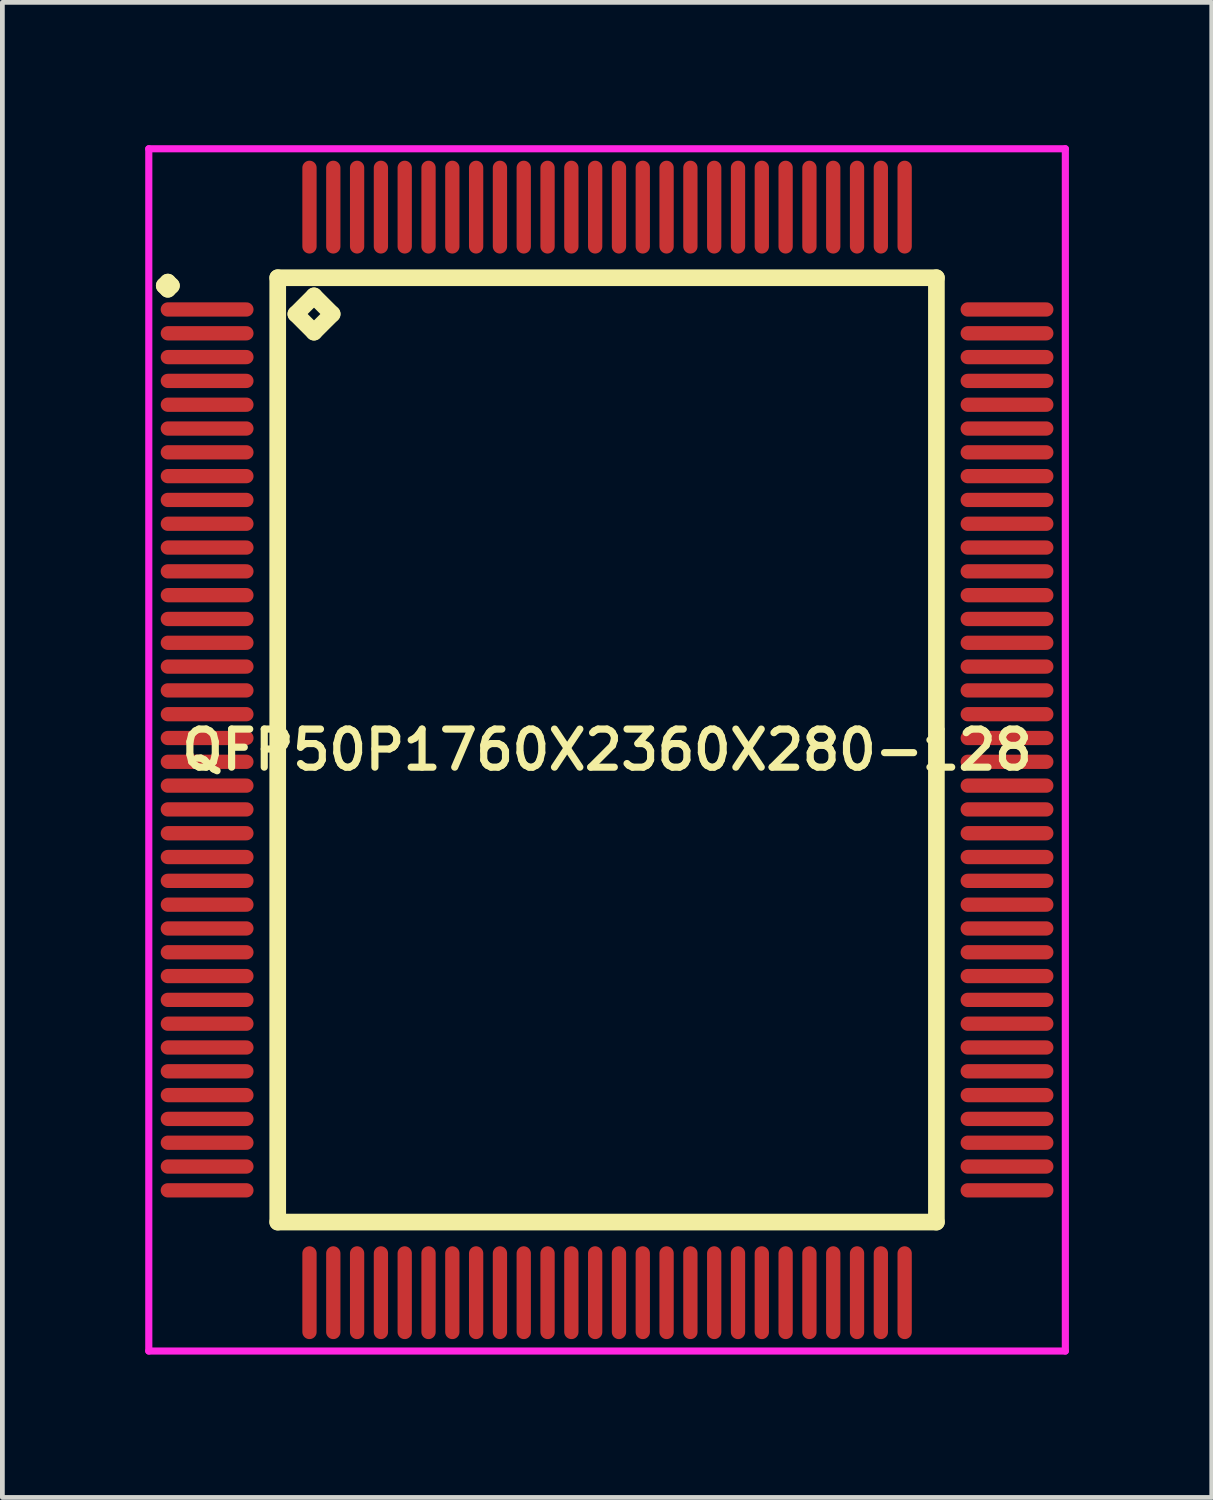
<source format=kicad_pcb>
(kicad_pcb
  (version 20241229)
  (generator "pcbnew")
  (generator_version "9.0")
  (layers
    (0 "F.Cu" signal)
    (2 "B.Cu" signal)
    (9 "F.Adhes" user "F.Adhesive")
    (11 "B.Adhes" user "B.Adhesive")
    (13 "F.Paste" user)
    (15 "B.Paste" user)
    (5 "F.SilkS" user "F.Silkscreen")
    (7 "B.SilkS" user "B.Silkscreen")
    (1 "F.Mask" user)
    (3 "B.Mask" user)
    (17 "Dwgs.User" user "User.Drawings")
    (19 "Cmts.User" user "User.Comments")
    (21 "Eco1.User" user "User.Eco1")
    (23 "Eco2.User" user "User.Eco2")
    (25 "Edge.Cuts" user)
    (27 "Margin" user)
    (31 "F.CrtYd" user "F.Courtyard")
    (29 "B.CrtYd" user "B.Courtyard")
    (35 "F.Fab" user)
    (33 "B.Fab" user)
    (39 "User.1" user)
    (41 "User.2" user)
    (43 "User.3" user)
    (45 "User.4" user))
  (footprint "QFP50P1760X2360X280-128"
    (layer "F.Cu")
    (at 9.7 12.7)
    (property "Reference" "QFP50P1760X2360X280-128" (at 0 0 0) (layer "F.SilkS") (effects (font (size 0.8 0.8) (thickness 0.15))))
    (attr smd)
    (fp_line (start -9.3 -9.75) (end -9.225 -9.825) (stroke (width 0.35) (type solid)) (layer "F.SilkS"))
    (fp_line (start -9.225 -9.825) (end -9.15 -9.75) (stroke (width 0.35) (type solid)) (layer "F.SilkS"))
    (fp_line (start -9.225 -9.675) (end -9.3 -9.75) (stroke (width 0.35) (type solid)) (layer "F.SilkS"))
    (fp_line (start -9.15 -9.75) (end -9.225 -9.675) (stroke (width 0.35) (type solid)) (layer "F.SilkS"))
    (fp_line (start -6.917 -9.917) (end -6.917 9.917) (stroke (width 0.35) (type solid)) (layer "F.SilkS"))
    (fp_line (start -6.917 9.917) (end 6.917 9.917) (stroke (width 0.35) (type solid)) (layer "F.SilkS"))
    (fp_line (start -6.536 -9.155) (end -6.155 -9.536) (stroke (width 0.35) (type solid)) (layer "F.SilkS"))
    (fp_line (start -6.155 -9.536) (end -5.774 -9.155) (stroke (width 0.35) (type solid)) (layer "F.SilkS"))
    (fp_line (start -6.155 -8.774) (end -6.536 -9.155) (stroke (width 0.35) (type solid)) (layer "F.SilkS"))
    (fp_line (start -5.774 -9.155) (end -6.155 -8.774) (stroke (width 0.35) (type solid)) (layer "F.SilkS"))
    (fp_line (start 6.917 -9.917) (end -6.917 -9.917) (stroke (width 0.35) (type solid)) (layer "F.SilkS"))
    (fp_line (start 6.917 9.917) (end 6.917 -9.917) (stroke (width 0.35) (type solid)) (layer "F.SilkS"))
    (fp_line (start -9.625 -12.625) (end 9.625 -12.625) (stroke (width 0.15) (type solid)) (layer "F.CrtYd"))
    (fp_line (start -9.625 12.625) (end -9.625 -12.625) (stroke (width 0.15) (type solid)) (layer "F.CrtYd"))
    (fp_line (start 9.625 -12.625) (end 9.625 12.625) (stroke (width 0.15) (type solid)) (layer "F.CrtYd"))
    (fp_line (start 9.625 12.625) (end -9.625 12.625) (stroke (width 0.15) (type solid)) (layer "F.CrtYd"))
    (pad "1" smd oval (at -8.4 -9.25) (size 1.95 0.3) (layers "F.Cu" "F.Mask" "F.Paste"))
    (pad "2" smd oval (at -8.4 -8.75) (size 1.95 0.3) (layers "F.Cu" "F.Mask" "F.Paste"))
    (pad "3" smd oval (at -8.4 -8.25) (size 1.95 0.3) (layers "F.Cu" "F.Mask" "F.Paste"))
    (pad "4" smd oval (at -8.4 -7.75) (size 1.95 0.3) (layers "F.Cu" "F.Mask" "F.Paste"))
    (pad "5" smd oval (at -8.4 -7.25) (size 1.95 0.3) (layers "F.Cu" "F.Mask" "F.Paste"))
    (pad "6" smd oval (at -8.4 -6.75) (size 1.95 0.3) (layers "F.Cu" "F.Mask" "F.Paste"))
    (pad "7" smd oval (at -8.4 -6.25) (size 1.95 0.3) (layers "F.Cu" "F.Mask" "F.Paste"))
    (pad "8" smd oval (at -8.4 -5.75) (size 1.95 0.3) (layers "F.Cu" "F.Mask" "F.Paste"))
    (pad "9" smd oval (at -8.4 -5.25) (size 1.95 0.3) (layers "F.Cu" "F.Mask" "F.Paste"))
    (pad "10" smd oval (at -8.4 -4.75) (size 1.95 0.3) (layers "F.Cu" "F.Mask" "F.Paste"))
    (pad "11" smd oval (at -8.4 -4.25) (size 1.95 0.3) (layers "F.Cu" "F.Mask" "F.Paste"))
    (pad "12" smd oval (at -8.4 -3.75) (size 1.95 0.3) (layers "F.Cu" "F.Mask" "F.Paste"))
    (pad "13" smd oval (at -8.4 -3.25) (size 1.95 0.3) (layers "F.Cu" "F.Mask" "F.Paste"))
    (pad "14" smd oval (at -8.4 -2.75) (size 1.95 0.3) (layers "F.Cu" "F.Mask" "F.Paste"))
    (pad "15" smd oval (at -8.4 -2.25) (size 1.95 0.3) (layers "F.Cu" "F.Mask" "F.Paste"))
    (pad "16" smd oval (at -8.4 -1.75) (size 1.95 0.3) (layers "F.Cu" "F.Mask" "F.Paste"))
    (pad "17" smd oval (at -8.4 -1.25) (size 1.95 0.3) (layers "F.Cu" "F.Mask" "F.Paste"))
    (pad "18" smd oval (at -8.4 -0.75) (size 1.95 0.3) (layers "F.Cu" "F.Mask" "F.Paste"))
    (pad "19" smd oval (at -8.4 -0.25) (size 1.95 0.3) (layers "F.Cu" "F.Mask" "F.Paste"))
    (pad "20" smd oval (at -8.4 0.25) (size 1.95 0.3) (layers "F.Cu" "F.Mask" "F.Paste"))
    (pad "21" smd oval (at -8.4 0.75) (size 1.95 0.3) (layers "F.Cu" "F.Mask" "F.Paste"))
    (pad "22" smd oval (at -8.4 1.25) (size 1.95 0.3) (layers "F.Cu" "F.Mask" "F.Paste"))
    (pad "23" smd oval (at -8.4 1.75) (size 1.95 0.3) (layers "F.Cu" "F.Mask" "F.Paste"))
    (pad "24" smd oval (at -8.4 2.25) (size 1.95 0.3) (layers "F.Cu" "F.Mask" "F.Paste"))
    (pad "25" smd oval (at -8.4 2.75) (size 1.95 0.3) (layers "F.Cu" "F.Mask" "F.Paste"))
    (pad "26" smd oval (at -8.4 3.25) (size 1.95 0.3) (layers "F.Cu" "F.Mask" "F.Paste"))
    (pad "27" smd oval (at -8.4 3.75) (size 1.95 0.3) (layers "F.Cu" "F.Mask" "F.Paste"))
    (pad "28" smd oval (at -8.4 4.25) (size 1.95 0.3) (layers "F.Cu" "F.Mask" "F.Paste"))
    (pad "29" smd oval (at -8.4 4.75) (size 1.95 0.3) (layers "F.Cu" "F.Mask" "F.Paste"))
    (pad "30" smd oval (at -8.4 5.25) (size 1.95 0.3) (layers "F.Cu" "F.Mask" "F.Paste"))
    (pad "31" smd oval (at -8.4 5.75) (size 1.95 0.3) (layers "F.Cu" "F.Mask" "F.Paste"))
    (pad "32" smd oval (at -8.4 6.25) (size 1.95 0.3) (layers "F.Cu" "F.Mask" "F.Paste"))
    (pad "33" smd oval (at -8.4 6.75) (size 1.95 0.3) (layers "F.Cu" "F.Mask" "F.Paste"))
    (pad "34" smd oval (at -8.4 7.25) (size 1.95 0.3) (layers "F.Cu" "F.Mask" "F.Paste"))
    (pad "35" smd oval (at -8.4 7.75) (size 1.95 0.3) (layers "F.Cu" "F.Mask" "F.Paste"))
    (pad "36" smd oval (at -8.4 8.25) (size 1.95 0.3) (layers "F.Cu" "F.Mask" "F.Paste"))
    (pad "37" smd oval (at -8.4 8.75) (size 1.95 0.3) (layers "F.Cu" "F.Mask" "F.Paste"))
    (pad "38" smd oval (at -8.4 9.25) (size 1.95 0.3) (layers "F.Cu" "F.Mask" "F.Paste"))
    (pad "39" smd oval (at -6.25 11.4) (size 0.3 1.95) (layers "F.Cu" "F.Mask" "F.Paste"))
    (pad "40" smd oval (at -5.75 11.4) (size 0.3 1.95) (layers "F.Cu" "F.Mask" "F.Paste"))
    (pad "41" smd oval (at -5.25 11.4) (size 0.3 1.95) (layers "F.Cu" "F.Mask" "F.Paste"))
    (pad "42" smd oval (at -4.75 11.4) (size 0.3 1.95) (layers "F.Cu" "F.Mask" "F.Paste"))
    (pad "43" smd oval (at -4.25 11.4) (size 0.3 1.95) (layers "F.Cu" "F.Mask" "F.Paste"))
    (pad "44" smd oval (at -3.75 11.4) (size 0.3 1.95) (layers "F.Cu" "F.Mask" "F.Paste"))
    (pad "45" smd oval (at -3.25 11.4) (size 0.3 1.95) (layers "F.Cu" "F.Mask" "F.Paste"))
    (pad "46" smd oval (at -2.75 11.4) (size 0.3 1.95) (layers "F.Cu" "F.Mask" "F.Paste"))
    (pad "47" smd oval (at -2.25 11.4) (size 0.3 1.95) (layers "F.Cu" "F.Mask" "F.Paste"))
    (pad "48" smd oval (at -1.75 11.4) (size 0.3 1.95) (layers "F.Cu" "F.Mask" "F.Paste"))
    (pad "49" smd oval (at -1.25 11.4) (size 0.3 1.95) (layers "F.Cu" "F.Mask" "F.Paste"))
    (pad "50" smd oval (at -0.75 11.4) (size 0.3 1.95) (layers "F.Cu" "F.Mask" "F.Paste"))
    (pad "51" smd oval (at -0.25 11.4) (size 0.3 1.95) (layers "F.Cu" "F.Mask" "F.Paste"))
    (pad "52" smd oval (at 0.25 11.4) (size 0.3 1.95) (layers "F.Cu" "F.Mask" "F.Paste"))
    (pad "53" smd oval (at 0.75 11.4) (size 0.3 1.95) (layers "F.Cu" "F.Mask" "F.Paste"))
    (pad "54" smd oval (at 1.25 11.4) (size 0.3 1.95) (layers "F.Cu" "F.Mask" "F.Paste"))
    (pad "55" smd oval (at 1.75 11.4) (size 0.3 1.95) (layers "F.Cu" "F.Mask" "F.Paste"))
    (pad "56" smd oval (at 2.25 11.4) (size 0.3 1.95) (layers "F.Cu" "F.Mask" "F.Paste"))
    (pad "57" smd oval (at 2.75 11.4) (size 0.3 1.95) (layers "F.Cu" "F.Mask" "F.Paste"))
    (pad "58" smd oval (at 3.25 11.4) (size 0.3 1.95) (layers "F.Cu" "F.Mask" "F.Paste"))
    (pad "59" smd oval (at 3.75 11.4) (size 0.3 1.95) (layers "F.Cu" "F.Mask" "F.Paste"))
    (pad "60" smd oval (at 4.25 11.4) (size 0.3 1.95) (layers "F.Cu" "F.Mask" "F.Paste"))
    (pad "61" smd oval (at 4.75 11.4) (size 0.3 1.95) (layers "F.Cu" "F.Mask" "F.Paste"))
    (pad "62" smd oval (at 5.25 11.4) (size 0.3 1.95) (layers "F.Cu" "F.Mask" "F.Paste"))
    (pad "63" smd oval (at 5.75 11.4) (size 0.3 1.95) (layers "F.Cu" "F.Mask" "F.Paste"))
    (pad "64" smd oval (at 6.25 11.4) (size 0.3 1.95) (layers "F.Cu" "F.Mask" "F.Paste"))
    (pad "65" smd oval (at 8.4 9.25) (size 1.95 0.3) (layers "F.Cu" "F.Mask" "F.Paste"))
    (pad "66" smd oval (at 8.4 8.75) (size 1.95 0.3) (layers "F.Cu" "F.Mask" "F.Paste"))
    (pad "67" smd oval (at 8.4 8.25) (size 1.95 0.3) (layers "F.Cu" "F.Mask" "F.Paste"))
    (pad "68" smd oval (at 8.4 7.75) (size 1.95 0.3) (layers "F.Cu" "F.Mask" "F.Paste"))
    (pad "69" smd oval (at 8.4 7.25) (size 1.95 0.3) (layers "F.Cu" "F.Mask" "F.Paste"))
    (pad "70" smd oval (at 8.4 6.75) (size 1.95 0.3) (layers "F.Cu" "F.Mask" "F.Paste"))
    (pad "71" smd oval (at 8.4 6.25) (size 1.95 0.3) (layers "F.Cu" "F.Mask" "F.Paste"))
    (pad "72" smd oval (at 8.4 5.75) (size 1.95 0.3) (layers "F.Cu" "F.Mask" "F.Paste"))
    (pad "73" smd oval (at 8.4 5.25) (size 1.95 0.3) (layers "F.Cu" "F.Mask" "F.Paste"))
    (pad "74" smd oval (at 8.4 4.75) (size 1.95 0.3) (layers "F.Cu" "F.Mask" "F.Paste"))
    (pad "75" smd oval (at 8.4 4.25) (size 1.95 0.3) (layers "F.Cu" "F.Mask" "F.Paste"))
    (pad "76" smd oval (at 8.4 3.75) (size 1.95 0.3) (layers "F.Cu" "F.Mask" "F.Paste"))
    (pad "77" smd oval (at 8.4 3.25) (size 1.95 0.3) (layers "F.Cu" "F.Mask" "F.Paste"))
    (pad "78" smd oval (at 8.4 2.75) (size 1.95 0.3) (layers "F.Cu" "F.Mask" "F.Paste"))
    (pad "79" smd oval (at 8.4 2.25) (size 1.95 0.3) (layers "F.Cu" "F.Mask" "F.Paste"))
    (pad "80" smd oval (at 8.4 1.75) (size 1.95 0.3) (layers "F.Cu" "F.Mask" "F.Paste"))
    (pad "81" smd oval (at 8.4 1.25) (size 1.95 0.3) (layers "F.Cu" "F.Mask" "F.Paste"))
    (pad "82" smd oval (at 8.4 0.75) (size 1.95 0.3) (layers "F.Cu" "F.Mask" "F.Paste"))
    (pad "83" smd oval (at 8.4 0.25) (size 1.95 0.3) (layers "F.Cu" "F.Mask" "F.Paste"))
    (pad "84" smd oval (at 8.4 -0.25) (size 1.95 0.3) (layers "F.Cu" "F.Mask" "F.Paste"))
    (pad "85" smd oval (at 8.4 -0.75) (size 1.95 0.3) (layers "F.Cu" "F.Mask" "F.Paste"))
    (pad "86" smd oval (at 8.4 -1.25) (size 1.95 0.3) (layers "F.Cu" "F.Mask" "F.Paste"))
    (pad "87" smd oval (at 8.4 -1.75) (size 1.95 0.3) (layers "F.Cu" "F.Mask" "F.Paste"))
    (pad "88" smd oval (at 8.4 -2.25) (size 1.95 0.3) (layers "F.Cu" "F.Mask" "F.Paste"))
    (pad "89" smd oval (at 8.4 -2.75) (size 1.95 0.3) (layers "F.Cu" "F.Mask" "F.Paste"))
    (pad "90" smd oval (at 8.4 -3.25) (size 1.95 0.3) (layers "F.Cu" "F.Mask" "F.Paste"))
    (pad "91" smd oval (at 8.4 -3.75) (size 1.95 0.3) (layers "F.Cu" "F.Mask" "F.Paste"))
    (pad "92" smd oval (at 8.4 -4.25) (size 1.95 0.3) (layers "F.Cu" "F.Mask" "F.Paste"))
    (pad "93" smd oval (at 8.4 -4.75) (size 1.95 0.3) (layers "F.Cu" "F.Mask" "F.Paste"))
    (pad "94" smd oval (at 8.4 -5.25) (size 1.95 0.3) (layers "F.Cu" "F.Mask" "F.Paste"))
    (pad "95" smd oval (at 8.4 -5.75) (size 1.95 0.3) (layers "F.Cu" "F.Mask" "F.Paste"))
    (pad "96" smd oval (at 8.4 -6.25) (size 1.95 0.3) (layers "F.Cu" "F.Mask" "F.Paste"))
    (pad "97" smd oval (at 8.4 -6.75) (size 1.95 0.3) (layers "F.Cu" "F.Mask" "F.Paste"))
    (pad "98" smd oval (at 8.4 -7.25) (size 1.95 0.3) (layers "F.Cu" "F.Mask" "F.Paste"))
    (pad "99" smd oval (at 8.4 -7.75) (size 1.95 0.3) (layers "F.Cu" "F.Mask" "F.Paste"))
    (pad "100" smd oval (at 8.4 -8.25) (size 1.95 0.3) (layers "F.Cu" "F.Mask" "F.Paste"))
    (pad "101" smd oval (at 8.4 -8.75) (size 1.95 0.3) (layers "F.Cu" "F.Mask" "F.Paste"))
    (pad "102" smd oval (at 8.4 -9.25) (size 1.95 0.3) (layers "F.Cu" "F.Mask" "F.Paste"))
    (pad "103" smd oval (at 6.25 -11.4) (size 0.3 1.95) (layers "F.Cu" "F.Mask" "F.Paste"))
    (pad "104" smd oval (at 5.75 -11.4) (size 0.3 1.95) (layers "F.Cu" "F.Mask" "F.Paste"))
    (pad "105" smd oval (at 5.25 -11.4) (size 0.3 1.95) (layers "F.Cu" "F.Mask" "F.Paste"))
    (pad "106" smd oval (at 4.75 -11.4) (size 0.3 1.95) (layers "F.Cu" "F.Mask" "F.Paste"))
    (pad "107" smd oval (at 4.25 -11.4) (size 0.3 1.95) (layers "F.Cu" "F.Mask" "F.Paste"))
    (pad "108" smd oval (at 3.75 -11.4) (size 0.3 1.95) (layers "F.Cu" "F.Mask" "F.Paste"))
    (pad "109" smd oval (at 3.25 -11.4) (size 0.3 1.95) (layers "F.Cu" "F.Mask" "F.Paste"))
    (pad "110" smd oval (at 2.75 -11.4) (size 0.3 1.95) (layers "F.Cu" "F.Mask" "F.Paste"))
    (pad "111" smd oval (at 2.25 -11.4) (size 0.3 1.95) (layers "F.Cu" "F.Mask" "F.Paste"))
    (pad "112" smd oval (at 1.75 -11.4) (size 0.3 1.95) (layers "F.Cu" "F.Mask" "F.Paste"))
    (pad "113" smd oval (at 1.25 -11.4) (size 0.3 1.95) (layers "F.Cu" "F.Mask" "F.Paste"))
    (pad "114" smd oval (at 0.75 -11.4) (size 0.3 1.95) (layers "F.Cu" "F.Mask" "F.Paste"))
    (pad "115" smd oval (at 0.25 -11.4) (size 0.3 1.95) (layers "F.Cu" "F.Mask" "F.Paste"))
    (pad "116" smd oval (at -0.25 -11.4) (size 0.3 1.95) (layers "F.Cu" "F.Mask" "F.Paste"))
    (pad "117" smd oval (at -0.75 -11.4) (size 0.3 1.95) (layers "F.Cu" "F.Mask" "F.Paste"))
    (pad "118" smd oval (at -1.25 -11.4) (size 0.3 1.95) (layers "F.Cu" "F.Mask" "F.Paste"))
    (pad "119" smd oval (at -1.75 -11.4) (size 0.3 1.95) (layers "F.Cu" "F.Mask" "F.Paste"))
    (pad "120" smd oval (at -2.25 -11.4) (size 0.3 1.95) (layers "F.Cu" "F.Mask" "F.Paste"))
    (pad "121" smd oval (at -2.75 -11.4) (size 0.3 1.95) (layers "F.Cu" "F.Mask" "F.Paste"))
    (pad "122" smd oval (at -3.25 -11.4) (size 0.3 1.95) (layers "F.Cu" "F.Mask" "F.Paste"))
    (pad "123" smd oval (at -3.75 -11.4) (size 0.3 1.95) (layers "F.Cu" "F.Mask" "F.Paste"))
    (pad "124" smd oval (at -4.25 -11.4) (size 0.3 1.95) (layers "F.Cu" "F.Mask" "F.Paste"))
    (pad "125" smd oval (at -4.75 -11.4) (size 0.3 1.95) (layers "F.Cu" "F.Mask" "F.Paste"))
    (pad "126" smd oval (at -5.25 -11.4) (size 0.3 1.95) (layers "F.Cu" "F.Mask" "F.Paste"))
    (pad "127" smd oval (at -5.75 -11.4) (size 0.3 1.95) (layers "F.Cu" "F.Mask" "F.Paste"))
    (pad "128" smd oval (at -6.25 -11.4) (size 0.3 1.95) (layers "F.Cu" "F.Mask" "F.Paste")))
  (gr_rect
    (start -3 -3)
    (end 22.4 28.4)
    (stroke (width 0.1) (type default))
    (fill no)
    (layer "Edge.Cuts")))
</source>
